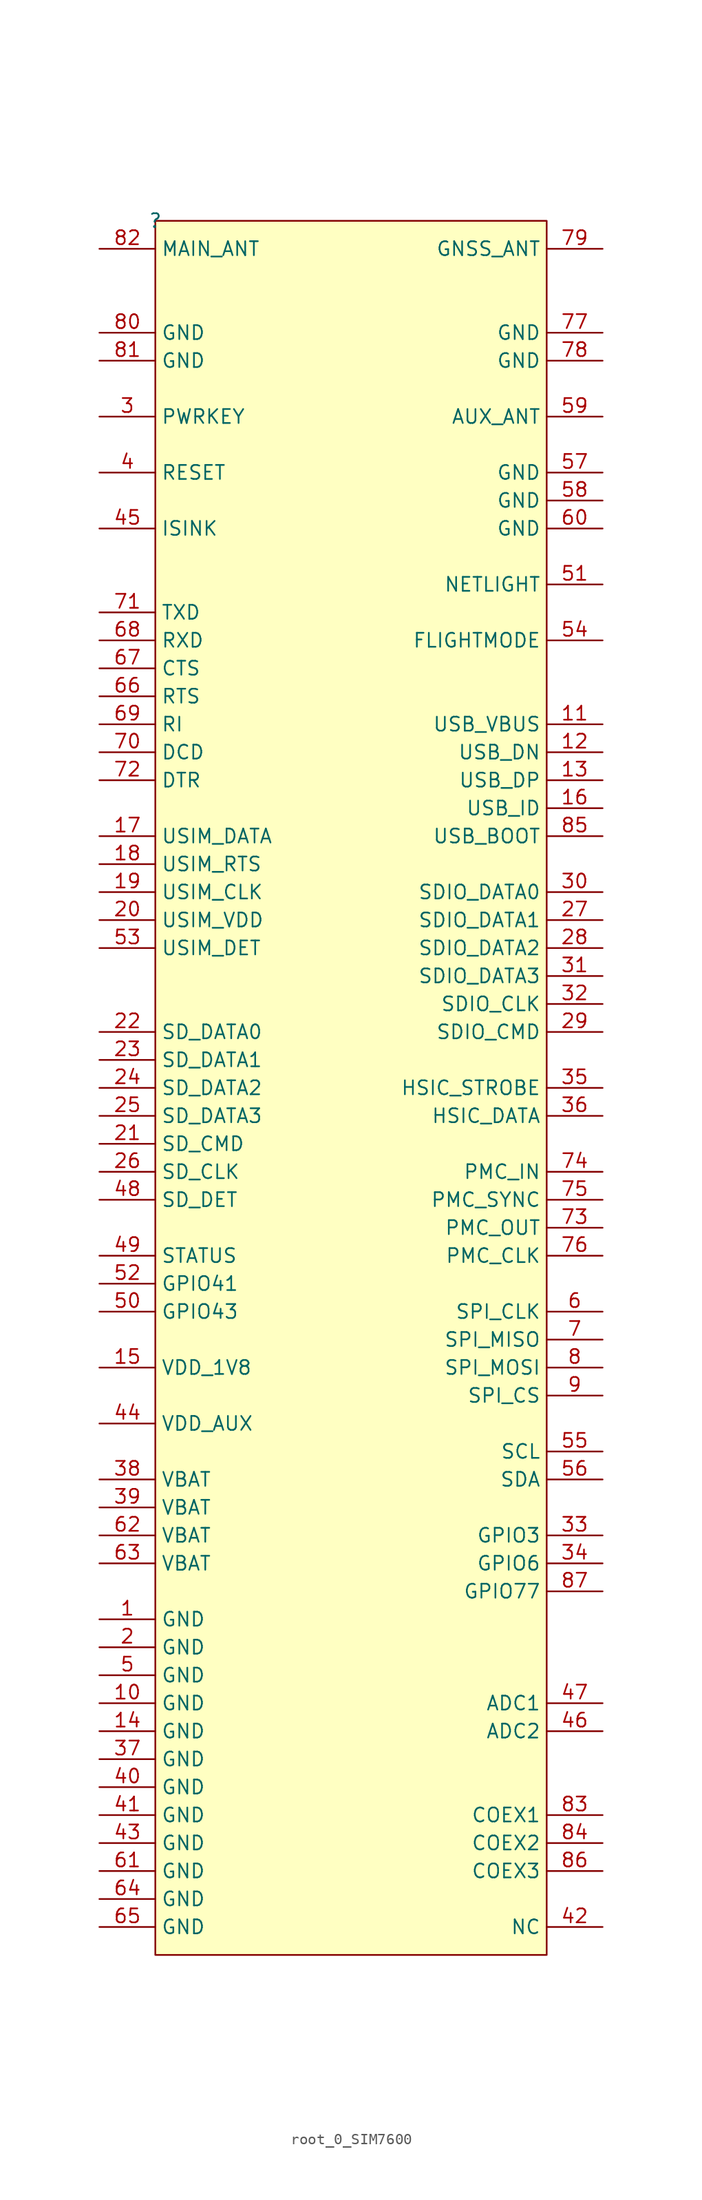
<source format=kicad_sym>
(kicad_symbol_lib
  (version 20220914)
  (generator kicad_symbol_editor)
  (symbol "root_0_SIM7600"
    (property "Reference" ""
      (at 0 0 0)
      (effects (font (size 1.27 1.27))))
    (property "Value" ""
      (at 0 0 0)
      (effects (font (size 1.27 1.27))))
    (symbol "root_0_SIM7600_1_0"
      (rectangle (start 35.56 0) (end 0 -157.48) (stroke (width 0) (type solid)) (fill (type background)))
      (pin power_in line (at -5.08 -127 0) (length 5.08) (name "GND" (effects (font (size 1.27 1.27)))) (number "1" (effects (font (size 1.27 1.27)))))
      (pin power_in line (at -5.08 -134.62 0) (length 5.08) (name "GND" (effects (font (size 1.27 1.27)))) (number "10" (effects (font (size 1.27 1.27)))))
      (pin passive line (at 40.64 -45.72 180) (length 5.08) (name "USB_VBUS" (effects (font (size 1.27 1.27)))) (number "11" (effects (font (size 1.27 1.27)))))
      (pin passive line (at 40.64 -48.26 180) (length 5.08) (name "USB_DN" (effects (font (size 1.27 1.27)))) (number "12" (effects (font (size 1.27 1.27)))))
      (pin passive line (at 40.64 -50.8 180) (length 5.08) (name "USB_DP" (effects (font (size 1.27 1.27)))) (number "13" (effects (font (size 1.27 1.27)))))
      (pin power_in line (at -5.08 -137.16 0) (length 5.08) (name "GND" (effects (font (size 1.27 1.27)))) (number "14" (effects (font (size 1.27 1.27)))))
      (pin passive line (at -5.08 -104.14 0) (length 5.08) (name "VDD_1V8" (effects (font (size 1.27 1.27)))) (number "15" (effects (font (size 1.27 1.27)))))
      (pin passive line (at 40.64 -53.34 180) (length 5.08) (name "USB_ID" (effects (font (size 1.27 1.27)))) (number "16" (effects (font (size 1.27 1.27)))))
      (pin passive line (at -5.08 -55.88 0) (length 5.08) (name "USIM_DATA" (effects (font (size 1.27 1.27)))) (number "17" (effects (font (size 1.27 1.27)))))
      (pin passive line (at -5.08 -58.42 0) (length 5.08) (name "USIM_RTS" (effects (font (size 1.27 1.27)))) (number "18" (effects (font (size 1.27 1.27)))))
      (pin passive line (at -5.08 -60.96 0) (length 5.08) (name "USIM_CLK" (effects (font (size 1.27 1.27)))) (number "19" (effects (font (size 1.27 1.27)))))
      (pin power_in line (at -5.08 -129.54 0) (length 5.08) (name "GND" (effects (font (size 1.27 1.27)))) (number "2" (effects (font (size 1.27 1.27)))))
      (pin passive line (at -5.08 -63.5 0) (length 5.08) (name "USIM_VDD" (effects (font (size 1.27 1.27)))) (number "20" (effects (font (size 1.27 1.27)))))
      (pin passive line (at -5.08 -83.82 0) (length 5.08) (name "SD_CMD" (effects (font (size 1.27 1.27)))) (number "21" (effects (font (size 1.27 1.27)))))
      (pin passive line (at -5.08 -73.66 0) (length 5.08) (name "SD_DATA0" (effects (font (size 1.27 1.27)))) (number "22" (effects (font (size 1.27 1.27)))))
      (pin passive line (at -5.08 -76.2 0) (length 5.08) (name "SD_DATA1" (effects (font (size 1.27 1.27)))) (number "23" (effects (font (size 1.27 1.27)))))
      (pin passive line (at -5.08 -78.74 0) (length 5.08) (name "SD_DATA2" (effects (font (size 1.27 1.27)))) (number "24" (effects (font (size 1.27 1.27)))))
      (pin passive line (at -5.08 -81.28 0) (length 5.08) (name "SD_DATA3" (effects (font (size 1.27 1.27)))) (number "25" (effects (font (size 1.27 1.27)))))
      (pin passive line (at -5.08 -86.36 0) (length 5.08) (name "SD_CLK" (effects (font (size 1.27 1.27)))) (number "26" (effects (font (size 1.27 1.27)))))
      (pin passive line (at 40.64 -63.5 180) (length 5.08) (name "SDIO_DATA1" (effects (font (size 1.27 1.27)))) (number "27" (effects (font (size 1.27 1.27)))))
      (pin passive line (at 40.64 -66.04 180) (length 5.08) (name "SDIO_DATA2" (effects (font (size 1.27 1.27)))) (number "28" (effects (font (size 1.27 1.27)))))
      (pin passive line (at 40.64 -73.66 180) (length 5.08) (name "SDIO_CMD" (effects (font (size 1.27 1.27)))) (number "29" (effects (font (size 1.27 1.27)))))
      (pin passive line (at -5.08 -17.78 0) (length 5.08) (name "PWRKEY" (effects (font (size 1.27 1.27)))) (number "3" (effects (font (size 1.27 1.27)))))
      (pin passive line (at 40.64 -60.96 180) (length 5.08) (name "SDIO_DATA0" (effects (font (size 1.27 1.27)))) (number "30" (effects (font (size 1.27 1.27)))))
      (pin passive line (at 40.64 -68.58 180) (length 5.08) (name "SDIO_DATA3" (effects (font (size 1.27 1.27)))) (number "31" (effects (font (size 1.27 1.27)))))
      (pin passive line (at 40.64 -71.12 180) (length 5.08) (name "SDIO_CLK" (effects (font (size 1.27 1.27)))) (number "32" (effects (font (size 1.27 1.27)))))
      (pin passive line (at 40.64 -119.38 180) (length 5.08) (name "GPIO3" (effects (font (size 1.27 1.27)))) (number "33" (effects (font (size 1.27 1.27)))))
      (pin passive line (at 40.64 -121.92 180) (length 5.08) (name "GPIO6" (effects (font (size 1.27 1.27)))) (number "34" (effects (font (size 1.27 1.27)))))
      (pin passive line (at 40.64 -78.74 180) (length 5.08) (name "HSIC_STROBE" (effects (font (size 1.27 1.27)))) (number "35" (effects (font (size 1.27 1.27)))))
      (pin passive line (at 40.64 -81.28 180) (length 5.08) (name "HSIC_DATA" (effects (font (size 1.27 1.27)))) (number "36" (effects (font (size 1.27 1.27)))))
      (pin power_in line (at -5.08 -139.7 0) (length 5.08) (name "GND" (effects (font (size 1.27 1.27)))) (number "37" (effects (font (size 1.27 1.27)))))
      (pin power_in line (at -5.08 -114.3 0) (length 5.08) (name "VBAT" (effects (font (size 1.27 1.27)))) (number "38" (effects (font (size 1.27 1.27)))))
      (pin power_in line (at -5.08 -116.84 0) (length 5.08) (name "VBAT" (effects (font (size 1.27 1.27)))) (number "39" (effects (font (size 1.27 1.27)))))
      (pin passive line (at -5.08 -22.86 0) (length 5.08) (name "RESET" (effects (font (size 1.27 1.27)))) (number "4" (effects (font (size 1.27 1.27)))))
      (pin power_in line (at -5.08 -142.24 0) (length 5.08) (name "GND" (effects (font (size 1.27 1.27)))) (number "40" (effects (font (size 1.27 1.27)))))
      (pin power_in line (at -5.08 -144.78 0) (length 5.08) (name "GND" (effects (font (size 1.27 1.27)))) (number "41" (effects (font (size 1.27 1.27)))))
      (pin passive line (at 40.64 -154.94 180) (length 5.08) (name "NC" (effects (font (size 1.27 1.27)))) (number "42" (effects (font (size 1.27 1.27)))))
      (pin power_in line (at -5.08 -147.32 0) (length 5.08) (name "GND" (effects (font (size 1.27 1.27)))) (number "43" (effects (font (size 1.27 1.27)))))
      (pin power_in line (at -5.08 -109.22 0) (length 5.08) (name "VDD_AUX" (effects (font (size 1.27 1.27)))) (number "44" (effects (font (size 1.27 1.27)))))
      (pin passive line (at -5.08 -27.94 0) (length 5.08) (name "ISINK" (effects (font (size 1.27 1.27)))) (number "45" (effects (font (size 1.27 1.27)))))
      (pin passive line (at 40.64 -137.16 180) (length 5.08) (name "ADC2" (effects (font (size 1.27 1.27)))) (number "46" (effects (font (size 1.27 1.27)))))
      (pin passive line (at 40.64 -134.62 180) (length 5.08) (name "ADC1" (effects (font (size 1.27 1.27)))) (number "47" (effects (font (size 1.27 1.27)))))
      (pin passive line (at -5.08 -88.9 0) (length 5.08) (name "SD_DET" (effects (font (size 1.27 1.27)))) (number "48" (effects (font (size 1.27 1.27)))))
      (pin passive line (at -5.08 -93.98 0) (length 5.08) (name "STATUS" (effects (font (size 1.27 1.27)))) (number "49" (effects (font (size 1.27 1.27)))))
      (pin power_in line (at -5.08 -132.08 0) (length 5.08) (name "GND" (effects (font (size 1.27 1.27)))) (number "5" (effects (font (size 1.27 1.27)))))
      (pin passive line (at -5.08 -99.06 0) (length 5.08) (name "GPIO43" (effects (font (size 1.27 1.27)))) (number "50" (effects (font (size 1.27 1.27)))))
      (pin passive line (at 40.64 -33.02 180) (length 5.08) (name "NETLIGHT" (effects (font (size 1.27 1.27)))) (number "51" (effects (font (size 1.27 1.27)))))
      (pin passive line (at -5.08 -96.52 0) (length 5.08) (name "GPIO41" (effects (font (size 1.27 1.27)))) (number "52" (effects (font (size 1.27 1.27)))))
      (pin passive line (at -5.08 -66.04 0) (length 5.08) (name "USIM_DET" (effects (font (size 1.27 1.27)))) (number "53" (effects (font (size 1.27 1.27)))))
      (pin passive line (at 40.64 -38.1 180) (length 5.08) (name "FLIGHTMODE" (effects (font (size 1.27 1.27)))) (number "54" (effects (font (size 1.27 1.27)))))
      (pin passive line (at 40.64 -111.76 180) (length 5.08) (name "SCL" (effects (font (size 1.27 1.27)))) (number "55" (effects (font (size 1.27 1.27)))))
      (pin passive line (at 40.64 -114.3 180) (length 5.08) (name "SDA" (effects (font (size 1.27 1.27)))) (number "56" (effects (font (size 1.27 1.27)))))
      (pin power_in line (at 40.64 -22.86 180) (length 5.08) (name "GND" (effects (font (size 1.27 1.27)))) (number "57" (effects (font (size 1.27 1.27)))))
      (pin power_in line (at 40.64 -25.4 180) (length 5.08) (name "GND" (effects (font (size 1.27 1.27)))) (number "58" (effects (font (size 1.27 1.27)))))
      (pin passive line (at 40.64 -17.78 180) (length 5.08) (name "AUX_ANT" (effects (font (size 1.27 1.27)))) (number "59" (effects (font (size 1.27 1.27)))))
      (pin passive line (at 40.64 -99.06 180) (length 5.08) (name "SPI_CLK" (effects (font (size 1.27 1.27)))) (number "6" (effects (font (size 1.27 1.27)))))
      (pin power_in line (at 40.64 -27.94 180) (length 5.08) (name "GND" (effects (font (size 1.27 1.27)))) (number "60" (effects (font (size 1.27 1.27)))))
      (pin power_in line (at -5.08 -149.86 0) (length 5.08) (name "GND" (effects (font (size 1.27 1.27)))) (number "61" (effects (font (size 1.27 1.27)))))
      (pin power_in line (at -5.08 -119.38 0) (length 5.08) (name "VBAT" (effects (font (size 1.27 1.27)))) (number "62" (effects (font (size 1.27 1.27)))))
      (pin power_in line (at -5.08 -121.92 0) (length 5.08) (name "VBAT" (effects (font (size 1.27 1.27)))) (number "63" (effects (font (size 1.27 1.27)))))
      (pin power_in line (at -5.08 -152.4 0) (length 5.08) (name "GND" (effects (font (size 1.27 1.27)))) (number "64" (effects (font (size 1.27 1.27)))))
      (pin power_in line (at -5.08 -154.94 0) (length 5.08) (name "GND" (effects (font (size 1.27 1.27)))) (number "65" (effects (font (size 1.27 1.27)))))
      (pin passive line (at -5.08 -43.18 0) (length 5.08) (name "RTS" (effects (font (size 1.27 1.27)))) (number "66" (effects (font (size 1.27 1.27)))))
      (pin passive line (at -5.08 -40.64 0) (length 5.08) (name "CTS" (effects (font (size 1.27 1.27)))) (number "67" (effects (font (size 1.27 1.27)))))
      (pin passive line (at -5.08 -38.1 0) (length 5.08) (name "RXD" (effects (font (size 1.27 1.27)))) (number "68" (effects (font (size 1.27 1.27)))))
      (pin passive line (at -5.08 -45.72 0) (length 5.08) (name "RI" (effects (font (size 1.27 1.27)))) (number "69" (effects (font (size 1.27 1.27)))))
      (pin passive line (at 40.64 -101.6 180) (length 5.08) (name "SPI_MISO" (effects (font (size 1.27 1.27)))) (number "7" (effects (font (size 1.27 1.27)))))
      (pin passive line (at -5.08 -48.26 0) (length 5.08) (name "DCD" (effects (font (size 1.27 1.27)))) (number "70" (effects (font (size 1.27 1.27)))))
      (pin passive line (at -5.08 -35.56 0) (length 5.08) (name "TXD" (effects (font (size 1.27 1.27)))) (number "71" (effects (font (size 1.27 1.27)))))
      (pin passive line (at -5.08 -50.8 0) (length 5.08) (name "DTR" (effects (font (size 1.27 1.27)))) (number "72" (effects (font (size 1.27 1.27)))))
      (pin passive line (at 40.64 -91.44 180) (length 5.08) (name "PMC_OUT" (effects (font (size 1.27 1.27)))) (number "73" (effects (font (size 1.27 1.27)))))
      (pin passive line (at 40.64 -86.36 180) (length 5.08) (name "PMC_IN" (effects (font (size 1.27 1.27)))) (number "74" (effects (font (size 1.27 1.27)))))
      (pin passive line (at 40.64 -88.9 180) (length 5.08) (name "PMC_SYNC" (effects (font (size 1.27 1.27)))) (number "75" (effects (font (size 1.27 1.27)))))
      (pin passive line (at 40.64 -93.98 180) (length 5.08) (name "PMC_CLK" (effects (font (size 1.27 1.27)))) (number "76" (effects (font (size 1.27 1.27)))))
      (pin power_in line (at 40.64 -10.16 180) (length 5.08) (name "GND" (effects (font (size 1.27 1.27)))) (number "77" (effects (font (size 1.27 1.27)))))
      (pin power_in line (at 40.64 -12.7 180) (length 5.08) (name "GND" (effects (font (size 1.27 1.27)))) (number "78" (effects (font (size 1.27 1.27)))))
      (pin passive line (at 40.64 -2.54 180) (length 5.08) (name "GNSS_ANT" (effects (font (size 1.27 1.27)))) (number "79" (effects (font (size 1.27 1.27)))))
      (pin passive line (at 40.64 -104.14 180) (length 5.08) (name "SPI_MOSI" (effects (font (size 1.27 1.27)))) (number "8" (effects (font (size 1.27 1.27)))))
      (pin power_in line (at -5.08 -10.16 0) (length 5.08) (name "GND" (effects (font (size 1.27 1.27)))) (number "80" (effects (font (size 1.27 1.27)))))
      (pin power_in line (at -5.08 -12.7 0) (length 5.08) (name "GND" (effects (font (size 1.27 1.27)))) (number "81" (effects (font (size 1.27 1.27)))))
      (pin passive line (at -5.08 -2.54 0) (length 5.08) (name "MAIN_ANT" (effects (font (size 1.27 1.27)))) (number "82" (effects (font (size 1.27 1.27)))))
      (pin passive line (at 40.64 -144.78 180) (length 5.08) (name "COEX1" (effects (font (size 1.27 1.27)))) (number "83" (effects (font (size 1.27 1.27)))))
      (pin passive line (at 40.64 -147.32 180) (length 5.08) (name "COEX2" (effects (font (size 1.27 1.27)))) (number "84" (effects (font (size 1.27 1.27)))))
      (pin passive line (at 40.64 -55.88 180) (length 5.08) (name "USB_BOOT" (effects (font (size 1.27 1.27)))) (number "85" (effects (font (size 1.27 1.27)))))
      (pin passive line (at 40.64 -149.86 180) (length 5.08) (name "COEX3" (effects (font (size 1.27 1.27)))) (number "86" (effects (font (size 1.27 1.27)))))
      (pin passive line (at 40.64 -124.46 180) (length 5.08) (name "GPIO77" (effects (font (size 1.27 1.27)))) (number "87" (effects (font (size 1.27 1.27)))))
      (pin passive line (at 40.64 -106.68 180) (length 5.08) (name "SPI_CS" (effects (font (size 1.27 1.27)))) (number "9" (effects (font (size 1.27 1.27))))))))
</source>
